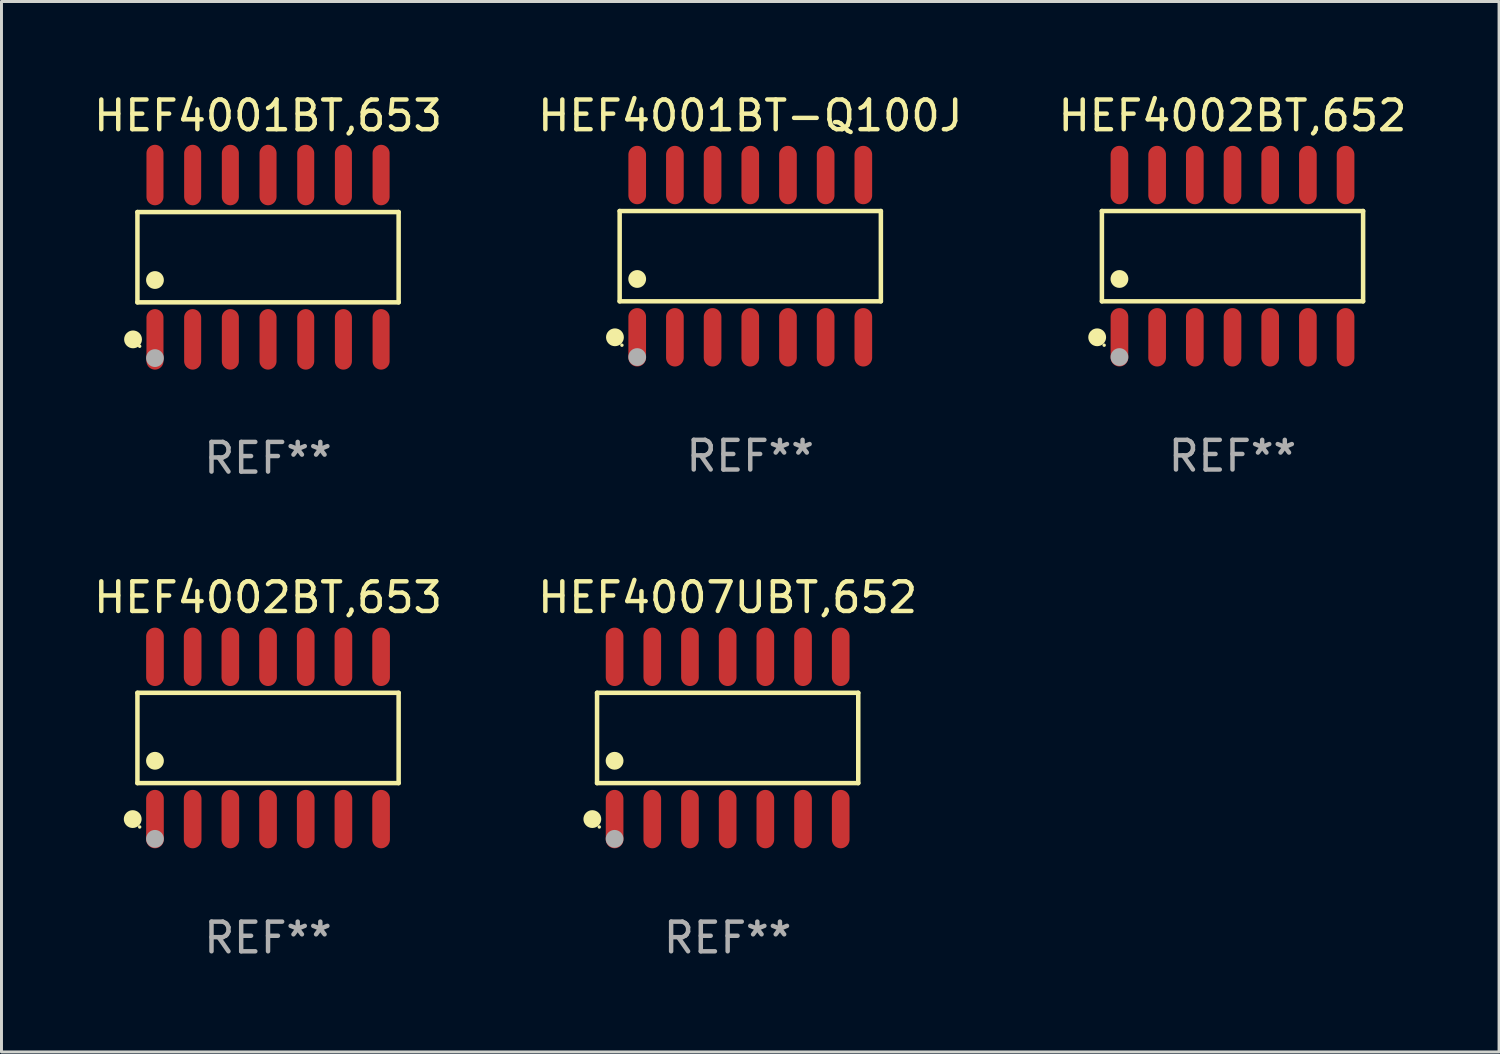
<source format=kicad_pcb>
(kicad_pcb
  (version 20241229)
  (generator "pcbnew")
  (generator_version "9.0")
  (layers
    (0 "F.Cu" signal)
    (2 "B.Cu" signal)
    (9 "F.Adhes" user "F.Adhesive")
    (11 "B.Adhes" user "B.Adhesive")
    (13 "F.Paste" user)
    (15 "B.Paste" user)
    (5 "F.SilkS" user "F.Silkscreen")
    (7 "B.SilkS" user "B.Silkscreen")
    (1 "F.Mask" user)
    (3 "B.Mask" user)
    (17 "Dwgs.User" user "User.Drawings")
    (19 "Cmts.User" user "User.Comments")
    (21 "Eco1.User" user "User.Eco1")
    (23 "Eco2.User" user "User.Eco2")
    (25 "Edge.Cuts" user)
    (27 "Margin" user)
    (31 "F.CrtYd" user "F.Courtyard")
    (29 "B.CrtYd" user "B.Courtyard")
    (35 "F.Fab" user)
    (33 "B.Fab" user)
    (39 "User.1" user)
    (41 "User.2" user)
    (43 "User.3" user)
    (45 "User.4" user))
  (footprint "HEF4002BT,653"
    (layer "F.Cu")
    (at 5.982 21.817)
    (property "Reference" "HEF4002BT,653" (at 0 -4.734 0) (layer "F.SilkS") (effects (font (size 1 1) (thickness 0.15))))
    (attr through_hole)
    (fp_line (start -4.401 -1.521) (end 4.401 -1.521) (stroke (width 0.152) (type solid)) (layer "F.SilkS"))
    (fp_line (start -4.401 1.521) (end -4.401 -1.521) (stroke (width 0.152) (type solid)) (layer "F.SilkS"))
    (fp_line (start 4.401 -1.521) (end 4.401 1.521) (stroke (width 0.152) (type solid)) (layer "F.SilkS"))
    (fp_line (start 4.401 1.521) (end -4.401 1.521) (stroke (width 0.152) (type solid)) (layer "F.SilkS"))
    (fp_circle (center -4.56 2.734) (end -4.41 2.734) (stroke (width 0.3) (type solid)) (fill no) (layer "F.SilkS"))
    (fp_circle (center -4.325 3) (end -4.295 3) (stroke (width 0.06) (type solid)) (fill no) (layer "F.SilkS"))
    (fp_circle (center -3.81 0.769) (end -3.66 0.769) (stroke (width 0.3) (type solid)) (fill no) (layer "F.SilkS"))
    (fp_circle (center -3.81 3.4) (end -3.66 3.4) (stroke (width 0.3) (type solid)) (fill no) (layer "F.Fab"))
    (fp_text user "REF**" (at 0 6.734 0) (layer "F.Fab") (effects (font (size 1 1) (thickness 0.15))))
    (pad "1" smd oval (at -3.81 2.734) (size 0.595 1.968) (layers "F.Cu" "F.Mask" "F.Paste"))
    (pad "2" smd oval (at -2.54 2.734) (size 0.595 1.968) (layers "F.Cu" "F.Mask" "F.Paste"))
    (pad "3" smd oval (at -1.27 2.734) (size 0.595 1.968) (layers "F.Cu" "F.Mask" "F.Paste"))
    (pad "4" smd oval (at 0 2.734) (size 0.595 1.968) (layers "F.Cu" "F.Mask" "F.Paste"))
    (pad "5" smd oval (at 1.27 2.734) (size 0.595 1.968) (layers "F.Cu" "F.Mask" "F.Paste"))
    (pad "6" smd oval (at 2.54 2.734) (size 0.595 1.968) (layers "F.Cu" "F.Mask" "F.Paste"))
    (pad "7" smd oval (at 3.81 2.734) (size 0.595 1.968) (layers "F.Cu" "F.Mask" "F.Paste"))
    (pad "8" smd oval (at 3.81 -2.734) (size 0.595 1.968) (layers "F.Cu" "F.Mask" "F.Paste"))
    (pad "9" smd oval (at 2.54 -2.734) (size 0.595 1.968) (layers "F.Cu" "F.Mask" "F.Paste"))
    (pad "10" smd oval (at 1.27 -2.734) (size 0.595 1.968) (layers "F.Cu" "F.Mask" "F.Paste"))
    (pad "11" smd oval (at 0 -2.734) (size 0.595 1.968) (layers "F.Cu" "F.Mask" "F.Paste"))
    (pad "12" smd oval (at -1.27 -2.734) (size 0.595 1.968) (layers "F.Cu" "F.Mask" "F.Paste"))
    (pad "13" smd oval (at -2.54 -2.734) (size 0.595 1.968) (layers "F.Cu" "F.Mask" "F.Paste"))
    (pad "14" smd oval (at -3.81 -2.734) (size 0.595 1.968) (layers "F.Cu" "F.Mask" "F.Paste")))
  (footprint "HEF4001BT,653"
    (layer "F.Cu")
    (at 5.982 5.617)
    (property "Reference" "HEF4001BT,653" (at 0 -4.769 0) (layer "F.SilkS") (effects (font (size 1 1) (thickness 0.15))))
    (attr through_hole)
    (fp_line (start -4.401 -1.521) (end 4.401 -1.521) (stroke (width 0.152) (type solid)) (layer "F.SilkS"))
    (fp_line (start -4.401 1.521) (end -4.401 -1.521) (stroke (width 0.152) (type solid)) (layer "F.SilkS"))
    (fp_line (start 4.401 -1.521) (end 4.401 1.521) (stroke (width 0.152) (type solid)) (layer "F.SilkS"))
    (fp_line (start 4.401 1.521) (end -4.401 1.521) (stroke (width 0.152) (type solid)) (layer "F.SilkS"))
    (fp_circle (center -4.549 2.769) (end -4.399 2.769) (stroke (width 0.3) (type solid)) (fill no) (layer "F.SilkS"))
    (fp_circle (center -4.325 3) (end -4.295 3) (stroke (width 0.06) (type solid)) (fill no) (layer "F.SilkS"))
    (fp_circle (center -3.81 0.769) (end -3.66 0.769) (stroke (width 0.3) (type solid)) (fill no) (layer "F.SilkS"))
    (fp_circle (center -3.81 3.4) (end -3.66 3.4) (stroke (width 0.3) (type solid)) (fill no) (layer "F.Fab"))
    (fp_text user "REF**" (at 0 6.769 0) (layer "F.Fab") (effects (font (size 1 1) (thickness 0.15))))
    (pad "1" smd oval (at -3.81 2.769) (size 0.574 2.038) (layers "F.Cu" "F.Mask" "F.Paste"))
    (pad "2" smd oval (at -2.54 2.769) (size 0.574 2.038) (layers "F.Cu" "F.Mask" "F.Paste"))
    (pad "3" smd oval (at -1.27 2.769) (size 0.574 2.038) (layers "F.Cu" "F.Mask" "F.Paste"))
    (pad "4" smd oval (at 0 2.769) (size 0.574 2.038) (layers "F.Cu" "F.Mask" "F.Paste"))
    (pad "5" smd oval (at 1.27 2.769) (size 0.574 2.038) (layers "F.Cu" "F.Mask" "F.Paste"))
    (pad "6" smd oval (at 2.54 2.769) (size 0.574 2.038) (layers "F.Cu" "F.Mask" "F.Paste"))
    (pad "7" smd oval (at 3.81 2.769) (size 0.574 2.038) (layers "F.Cu" "F.Mask" "F.Paste"))
    (pad "8" smd oval (at 3.81 -2.769) (size 0.574 2.038) (layers "F.Cu" "F.Mask" "F.Paste"))
    (pad "9" smd oval (at 2.54 -2.769) (size 0.574 2.038) (layers "F.Cu" "F.Mask" "F.Paste"))
    (pad "10" smd oval (at 1.27 -2.769) (size 0.574 2.038) (layers "F.Cu" "F.Mask" "F.Paste"))
    (pad "11" smd oval (at 0 -2.769) (size 0.574 2.038) (layers "F.Cu" "F.Mask" "F.Paste"))
    (pad "12" smd oval (at -1.27 -2.769) (size 0.574 2.038) (layers "F.Cu" "F.Mask" "F.Paste"))
    (pad "13" smd oval (at -2.54 -2.769) (size 0.574 2.038) (layers "F.Cu" "F.Mask" "F.Paste"))
    (pad "14" smd oval (at -3.81 -2.769) (size 0.574 2.038) (layers "F.Cu" "F.Mask" "F.Paste")))
  (footprint "HEF4007UBT,652"
    (layer "F.Cu")
    (at 21.47 21.817)
    (property "Reference" "HEF4007UBT,652" (at 0 -4.734 0) (layer "F.SilkS") (effects (font (size 1 1) (thickness 0.15))))
    (attr through_hole)
    (fp_line (start -4.401 -1.521) (end 4.401 -1.521) (stroke (width 0.152) (type solid)) (layer "F.SilkS"))
    (fp_line (start -4.401 1.521) (end -4.401 -1.521) (stroke (width 0.152) (type solid)) (layer "F.SilkS"))
    (fp_line (start 4.401 -1.521) (end 4.401 1.521) (stroke (width 0.152) (type solid)) (layer "F.SilkS"))
    (fp_line (start 4.401 1.521) (end -4.401 1.521) (stroke (width 0.152) (type solid)) (layer "F.SilkS"))
    (fp_circle (center -4.56 2.734) (end -4.41 2.734) (stroke (width 0.3) (type solid)) (fill no) (layer "F.SilkS"))
    (fp_circle (center -4.325 3) (end -4.295 3) (stroke (width 0.06) (type solid)) (fill no) (layer "F.SilkS"))
    (fp_circle (center -3.81 0.769) (end -3.66 0.769) (stroke (width 0.3) (type solid)) (fill no) (layer "F.SilkS"))
    (fp_circle (center -3.81 3.4) (end -3.66 3.4) (stroke (width 0.3) (type solid)) (fill no) (layer "F.Fab"))
    (fp_text user "REF**" (at 0 6.734 0) (layer "F.Fab") (effects (font (size 1 1) (thickness 0.15))))
    (pad "1" smd oval (at -3.81 2.734) (size 0.595 1.968) (layers "F.Cu" "F.Mask" "F.Paste"))
    (pad "2" smd oval (at -2.54 2.734) (size 0.595 1.968) (layers "F.Cu" "F.Mask" "F.Paste"))
    (pad "3" smd oval (at -1.27 2.734) (size 0.595 1.968) (layers "F.Cu" "F.Mask" "F.Paste"))
    (pad "4" smd oval (at 0 2.734) (size 0.595 1.968) (layers "F.Cu" "F.Mask" "F.Paste"))
    (pad "5" smd oval (at 1.27 2.734) (size 0.595 1.968) (layers "F.Cu" "F.Mask" "F.Paste"))
    (pad "6" smd oval (at 2.54 2.734) (size 0.595 1.968) (layers "F.Cu" "F.Mask" "F.Paste"))
    (pad "7" smd oval (at 3.81 2.734) (size 0.595 1.968) (layers "F.Cu" "F.Mask" "F.Paste"))
    (pad "8" smd oval (at 3.81 -2.734) (size 0.595 1.968) (layers "F.Cu" "F.Mask" "F.Paste"))
    (pad "9" smd oval (at 2.54 -2.734) (size 0.595 1.968) (layers "F.Cu" "F.Mask" "F.Paste"))
    (pad "10" smd oval (at 1.27 -2.734) (size 0.595 1.968) (layers "F.Cu" "F.Mask" "F.Paste"))
    (pad "11" smd oval (at 0 -2.734) (size 0.595 1.968) (layers "F.Cu" "F.Mask" "F.Paste"))
    (pad "12" smd oval (at -1.27 -2.734) (size 0.595 1.968) (layers "F.Cu" "F.Mask" "F.Paste"))
    (pad "13" smd oval (at -2.54 -2.734) (size 0.595 1.968) (layers "F.Cu" "F.Mask" "F.Paste"))
    (pad "14" smd oval (at -3.81 -2.734) (size 0.595 1.968) (layers "F.Cu" "F.Mask" "F.Paste")))
  (footprint "HEF4002BT,652"
    (layer "F.Cu")
    (at 38.482 5.582)
    (property "Reference" "HEF4002BT,652" (at 0 -4.734 0) (layer "F.SilkS") (effects (font (size 1 1) (thickness 0.15))))
    (attr through_hole)
    (fp_line (start -4.401 -1.521) (end 4.401 -1.521) (stroke (width 0.152) (type solid)) (layer "F.SilkS"))
    (fp_line (start -4.401 1.521) (end -4.401 -1.521) (stroke (width 0.152) (type solid)) (layer "F.SilkS"))
    (fp_line (start 4.401 -1.521) (end 4.401 1.521) (stroke (width 0.152) (type solid)) (layer "F.SilkS"))
    (fp_line (start 4.401 1.521) (end -4.401 1.521) (stroke (width 0.152) (type solid)) (layer "F.SilkS"))
    (fp_circle (center -4.56 2.734) (end -4.41 2.734) (stroke (width 0.3) (type solid)) (fill no) (layer "F.SilkS"))
    (fp_circle (center -4.325 3) (end -4.295 3) (stroke (width 0.06) (type solid)) (fill no) (layer "F.SilkS"))
    (fp_circle (center -3.81 0.769) (end -3.66 0.769) (stroke (width 0.3) (type solid)) (fill no) (layer "F.SilkS"))
    (fp_circle (center -3.81 3.4) (end -3.66 3.4) (stroke (width 0.3) (type solid)) (fill no) (layer "F.Fab"))
    (fp_text user "REF**" (at 0 6.734 0) (layer "F.Fab") (effects (font (size 1 1) (thickness 0.15))))
    (pad "1" smd oval (at -3.81 2.734) (size 0.595 1.968) (layers "F.Cu" "F.Mask" "F.Paste"))
    (pad "2" smd oval (at -2.54 2.734) (size 0.595 1.968) (layers "F.Cu" "F.Mask" "F.Paste"))
    (pad "3" smd oval (at -1.27 2.734) (size 0.595 1.968) (layers "F.Cu" "F.Mask" "F.Paste"))
    (pad "4" smd oval (at 0 2.734) (size 0.595 1.968) (layers "F.Cu" "F.Mask" "F.Paste"))
    (pad "5" smd oval (at 1.27 2.734) (size 0.595 1.968) (layers "F.Cu" "F.Mask" "F.Paste"))
    (pad "6" smd oval (at 2.54 2.734) (size 0.595 1.968) (layers "F.Cu" "F.Mask" "F.Paste"))
    (pad "7" smd oval (at 3.81 2.734) (size 0.595 1.968) (layers "F.Cu" "F.Mask" "F.Paste"))
    (pad "8" smd oval (at 3.81 -2.734) (size 0.595 1.968) (layers "F.Cu" "F.Mask" "F.Paste"))
    (pad "9" smd oval (at 2.54 -2.734) (size 0.595 1.968) (layers "F.Cu" "F.Mask" "F.Paste"))
    (pad "10" smd oval (at 1.27 -2.734) (size 0.595 1.968) (layers "F.Cu" "F.Mask" "F.Paste"))
    (pad "11" smd oval (at 0 -2.734) (size 0.595 1.968) (layers "F.Cu" "F.Mask" "F.Paste"))
    (pad "12" smd oval (at -1.27 -2.734) (size 0.595 1.968) (layers "F.Cu" "F.Mask" "F.Paste"))
    (pad "13" smd oval (at -2.54 -2.734) (size 0.595 1.968) (layers "F.Cu" "F.Mask" "F.Paste"))
    (pad "14" smd oval (at -3.81 -2.734) (size 0.595 1.968) (layers "F.Cu" "F.Mask" "F.Paste")))
  (footprint "HEF4001BT-Q100J"
    (layer "F.Cu")
    (at 22.232 5.582)
    (property "Reference" "HEF4001BT-Q100J" (at 0 -4.734 0) (layer "F.SilkS") (effects (font (size 1 1) (thickness 0.15))))
    (attr through_hole)
    (fp_line (start -4.401 -1.521) (end 4.401 -1.521) (stroke (width 0.152) (type solid)) (layer "F.SilkS"))
    (fp_line (start -4.401 1.521) (end -4.401 -1.521) (stroke (width 0.152) (type solid)) (layer "F.SilkS"))
    (fp_line (start 4.401 -1.521) (end 4.401 1.521) (stroke (width 0.152) (type solid)) (layer "F.SilkS"))
    (fp_line (start 4.401 1.521) (end -4.401 1.521) (stroke (width 0.152) (type solid)) (layer "F.SilkS"))
    (fp_circle (center -4.56 2.734) (end -4.41 2.734) (stroke (width 0.3) (type solid)) (fill no) (layer "F.SilkS"))
    (fp_circle (center -4.325 3) (end -4.295 3) (stroke (width 0.06) (type solid)) (fill no) (layer "F.SilkS"))
    (fp_circle (center -3.81 0.769) (end -3.66 0.769) (stroke (width 0.3) (type solid)) (fill no) (layer "F.SilkS"))
    (fp_circle (center -3.81 3.4) (end -3.66 3.4) (stroke (width 0.3) (type solid)) (fill no) (layer "F.Fab"))
    (fp_text user "REF**" (at 0 6.734 0) (layer "F.Fab") (effects (font (size 1 1) (thickness 0.15))))
    (pad "1" smd oval (at -3.81 2.734) (size 0.595 1.968) (layers "F.Cu" "F.Mask" "F.Paste"))
    (pad "2" smd oval (at -2.54 2.734) (size 0.595 1.968) (layers "F.Cu" "F.Mask" "F.Paste"))
    (pad "3" smd oval (at -1.27 2.734) (size 0.595 1.968) (layers "F.Cu" "F.Mask" "F.Paste"))
    (pad "4" smd oval (at 0 2.734) (size 0.595 1.968) (layers "F.Cu" "F.Mask" "F.Paste"))
    (pad "5" smd oval (at 1.27 2.734) (size 0.595 1.968) (layers "F.Cu" "F.Mask" "F.Paste"))
    (pad "6" smd oval (at 2.54 2.734) (size 0.595 1.968) (layers "F.Cu" "F.Mask" "F.Paste"))
    (pad "7" smd oval (at 3.81 2.734) (size 0.595 1.968) (layers "F.Cu" "F.Mask" "F.Paste"))
    (pad "8" smd oval (at 3.81 -2.734) (size 0.595 1.968) (layers "F.Cu" "F.Mask" "F.Paste"))
    (pad "9" smd oval (at 2.54 -2.734) (size 0.595 1.968) (layers "F.Cu" "F.Mask" "F.Paste"))
    (pad "10" smd oval (at 1.27 -2.734) (size 0.595 1.968) (layers "F.Cu" "F.Mask" "F.Paste"))
    (pad "11" smd oval (at 0 -2.734) (size 0.595 1.968) (layers "F.Cu" "F.Mask" "F.Paste"))
    (pad "12" smd oval (at -1.27 -2.734) (size 0.595 1.968) (layers "F.Cu" "F.Mask" "F.Paste"))
    (pad "13" smd oval (at -2.54 -2.734) (size 0.595 1.968) (layers "F.Cu" "F.Mask" "F.Paste"))
    (pad "14" smd oval (at -3.81 -2.734) (size 0.595 1.968) (layers "F.Cu" "F.Mask" "F.Paste")))
  (gr_rect
    (start -3 -3)
    (end 47.464 32.399)
    (stroke (width 0.1) (type default))
    (fill no)
    (layer "Edge.Cuts")))
</source>
